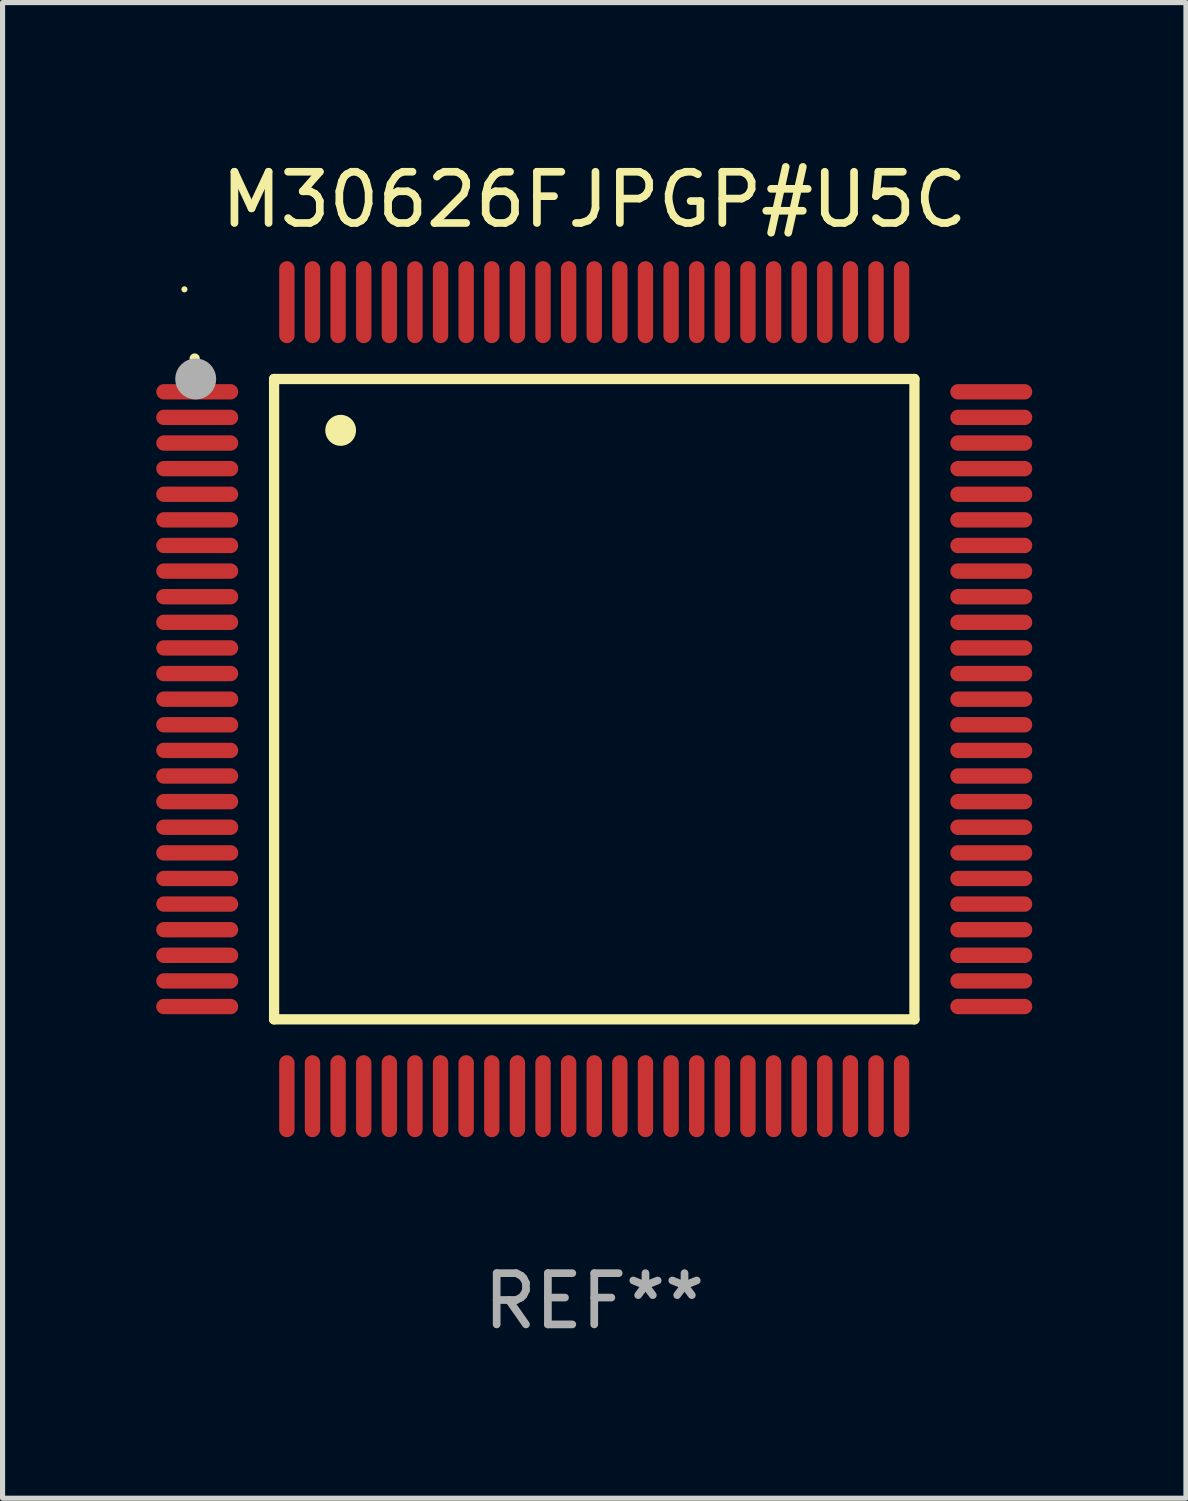
<source format=kicad_pcb>
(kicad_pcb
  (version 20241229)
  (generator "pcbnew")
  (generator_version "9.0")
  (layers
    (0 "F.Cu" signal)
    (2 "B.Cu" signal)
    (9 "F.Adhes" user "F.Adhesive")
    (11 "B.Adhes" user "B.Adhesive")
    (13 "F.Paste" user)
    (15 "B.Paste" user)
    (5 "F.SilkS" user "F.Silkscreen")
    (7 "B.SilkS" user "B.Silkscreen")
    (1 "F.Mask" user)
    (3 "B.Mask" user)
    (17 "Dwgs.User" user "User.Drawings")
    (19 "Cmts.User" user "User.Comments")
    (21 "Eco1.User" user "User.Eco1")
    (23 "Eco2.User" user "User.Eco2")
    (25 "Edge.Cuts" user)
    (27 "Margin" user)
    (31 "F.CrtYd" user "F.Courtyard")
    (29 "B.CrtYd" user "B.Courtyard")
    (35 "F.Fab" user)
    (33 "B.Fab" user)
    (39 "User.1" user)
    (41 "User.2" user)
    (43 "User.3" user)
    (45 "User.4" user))
  (footprint "M30626FJPGP#U5C"
    (layer "F.Cu")
    (at 8.55 10.598)
    (property "Reference" "M30626FJPGP#U5C" (at 0 -9.75 0) (layer "F.SilkS") (effects (font (size 1 1) (thickness 0.15))))
    (attr through_hole)
    (fp_line (start -6.25 -6.25) (end -6.25 6.25) (stroke (width 0.2) (type solid)) (layer "F.SilkS"))
    (fp_line (start -6.25 6.25) (end 6.25 6.25) (stroke (width 0.2) (type solid)) (layer "F.SilkS"))
    (fp_line (start 6.25 -6.25) (end -6.25 -6.25) (stroke (width 0.2) (type solid)) (layer "F.SilkS"))
    (fp_line (start 6.25 6.25) (end 6.25 -6.25) (stroke (width 0.2) (type solid)) (layer "F.SilkS"))
    (fp_arc (start -7.799568 -6.647625) (mid -7.799571 -6.648463) (end -7.799568 -6.649301) (stroke (width 0.2) (type solid)) (layer "F.SilkS"))
    (fp_arc (start -4.95047 -5.245111) (mid -4.950481 -5.247651) (end -4.95047 -5.250191) (stroke (width 0.6) (type solid)) (layer "F.SilkS"))
    (fp_circle (center -8 -8) (end -7.97 -8) (stroke (width 0.06) (type solid)) (fill no) (layer "F.SilkS"))
    (fp_circle (center -7.78 -6.25) (end -7.58 -6.25) (stroke (width 0.4) (type solid)) (fill no) (layer "F.Fab"))
    (fp_text user "REF**" (at 0 11.75 0) (layer "F.Fab") (effects (font (size 1 1) (thickness 0.15))))
    (pad "1" smd oval (at -7.75 -6 90) (size 0.3 1.6) (layers "F.Cu" "F.Mask" "F.Paste"))
    (pad "2" smd oval (at -7.75 -5.5 90) (size 0.3 1.6) (layers "F.Cu" "F.Mask" "F.Paste"))
    (pad "3" smd oval (at -7.75 -5 90) (size 0.3 1.6) (layers "F.Cu" "F.Mask" "F.Paste"))
    (pad "4" smd oval (at -7.75 -4.5 90) (size 0.3 1.6) (layers "F.Cu" "F.Mask" "F.Paste"))
    (pad "5" smd oval (at -7.75 -4 90) (size 0.3 1.6) (layers "F.Cu" "F.Mask" "F.Paste"))
    (pad "6" smd oval (at -7.75 -3.5 90) (size 0.3 1.6) (layers "F.Cu" "F.Mask" "F.Paste"))
    (pad "7" smd oval (at -7.75 -3 90) (size 0.3 1.6) (layers "F.Cu" "F.Mask" "F.Paste"))
    (pad "8" smd oval (at -7.75 -2.5 90) (size 0.3 1.6) (layers "F.Cu" "F.Mask" "F.Paste"))
    (pad "9" smd oval (at -7.75 -2 90) (size 0.3 1.6) (layers "F.Cu" "F.Mask" "F.Paste"))
    (pad "10" smd oval (at -7.75 -1.5 90) (size 0.3 1.6) (layers "F.Cu" "F.Mask" "F.Paste"))
    (pad "11" smd oval (at -7.75 -1 90) (size 0.3 1.6) (layers "F.Cu" "F.Mask" "F.Paste"))
    (pad "12" smd oval (at -7.75 -0.5 90) (size 0.3 1.6) (layers "F.Cu" "F.Mask" "F.Paste"))
    (pad "13" smd oval (at -7.75 0 90) (size 0.3 1.6) (layers "F.Cu" "F.Mask" "F.Paste"))
    (pad "14" smd oval (at -7.75 0.5 90) (size 0.3 1.6) (layers "F.Cu" "F.Mask" "F.Paste"))
    (pad "15" smd oval (at -7.75 1 90) (size 0.3 1.6) (layers "F.Cu" "F.Mask" "F.Paste"))
    (pad "16" smd oval (at -7.75 1.5 90) (size 0.3 1.6) (layers "F.Cu" "F.Mask" "F.Paste"))
    (pad "17" smd oval (at -7.75 2 90) (size 0.3 1.6) (layers "F.Cu" "F.Mask" "F.Paste"))
    (pad "18" smd oval (at -7.75 2.5 90) (size 0.3 1.6) (layers "F.Cu" "F.Mask" "F.Paste"))
    (pad "19" smd oval (at -7.75 3 90) (size 0.3 1.6) (layers "F.Cu" "F.Mask" "F.Paste"))
    (pad "20" smd oval (at -7.75 3.5 90) (size 0.3 1.6) (layers "F.Cu" "F.Mask" "F.Paste"))
    (pad "21" smd oval (at -7.75 4 90) (size 0.3 1.6) (layers "F.Cu" "F.Mask" "F.Paste"))
    (pad "22" smd oval (at -7.75 4.5 90) (size 0.3 1.6) (layers "F.Cu" "F.Mask" "F.Paste"))
    (pad "23" smd oval (at -7.75 5 90) (size 0.3 1.6) (layers "F.Cu" "F.Mask" "F.Paste"))
    (pad "24" smd oval (at -7.75 5.5 90) (size 0.3 1.6) (layers "F.Cu" "F.Mask" "F.Paste"))
    (pad "25" smd oval (at -7.75 6 90) (size 0.3 1.6) (layers "F.Cu" "F.Mask" "F.Paste"))
    (pad "26" smd oval (at -6 7.75) (size 0.3 1.6) (layers "F.Cu" "F.Mask" "F.Paste"))
    (pad "27" smd oval (at -5.5 7.75) (size 0.3 1.6) (layers "F.Cu" "F.Mask" "F.Paste"))
    (pad "28" smd oval (at -5 7.75) (size 0.3 1.6) (layers "F.Cu" "F.Mask" "F.Paste"))
    (pad "29" smd oval (at -4.5 7.75) (size 0.3 1.6) (layers "F.Cu" "F.Mask" "F.Paste"))
    (pad "30" smd oval (at -4 7.75) (size 0.3 1.6) (layers "F.Cu" "F.Mask" "F.Paste"))
    (pad "31" smd oval (at -3.5 7.75) (size 0.3 1.6) (layers "F.Cu" "F.Mask" "F.Paste"))
    (pad "32" smd oval (at -3 7.75) (size 0.3 1.6) (layers "F.Cu" "F.Mask" "F.Paste"))
    (pad "33" smd oval (at -2.5 7.75) (size 0.3 1.6) (layers "F.Cu" "F.Mask" "F.Paste"))
    (pad "34" smd oval (at -2 7.75) (size 0.3 1.6) (layers "F.Cu" "F.Mask" "F.Paste"))
    (pad "35" smd oval (at -1.5 7.75) (size 0.3 1.6) (layers "F.Cu" "F.Mask" "F.Paste"))
    (pad "36" smd oval (at -1 7.75) (size 0.3 1.6) (layers "F.Cu" "F.Mask" "F.Paste"))
    (pad "37" smd oval (at -0.5 7.75) (size 0.3 1.6) (layers "F.Cu" "F.Mask" "F.Paste"))
    (pad "38" smd oval (at 0 7.75) (size 0.3 1.6) (layers "F.Cu" "F.Mask" "F.Paste"))
    (pad "39" smd oval (at 0.5 7.75) (size 0.3 1.6) (layers "F.Cu" "F.Mask" "F.Paste"))
    (pad "40" smd oval (at 1 7.75) (size 0.3 1.6) (layers "F.Cu" "F.Mask" "F.Paste"))
    (pad "41" smd oval (at 1.5 7.75) (size 0.3 1.6) (layers "F.Cu" "F.Mask" "F.Paste"))
    (pad "42" smd oval (at 2 7.75) (size 0.3 1.6) (layers "F.Cu" "F.Mask" "F.Paste"))
    (pad "43" smd oval (at 2.5 7.75) (size 0.3 1.6) (layers "F.Cu" "F.Mask" "F.Paste"))
    (pad "44" smd oval (at 3 7.75) (size 0.3 1.6) (layers "F.Cu" "F.Mask" "F.Paste"))
    (pad "45" smd oval (at 3.5 7.75) (size 0.3 1.6) (layers "F.Cu" "F.Mask" "F.Paste"))
    (pad "46" smd oval (at 4 7.75) (size 0.3 1.6) (layers "F.Cu" "F.Mask" "F.Paste"))
    (pad "47" smd oval (at 4.5 7.75) (size 0.3 1.6) (layers "F.Cu" "F.Mask" "F.Paste"))
    (pad "48" smd oval (at 5 7.75) (size 0.3 1.6) (layers "F.Cu" "F.Mask" "F.Paste"))
    (pad "49" smd oval (at 5.5 7.75) (size 0.3 1.6) (layers "F.Cu" "F.Mask" "F.Paste"))
    (pad "50" smd oval (at 6 7.75) (size 0.3 1.6) (layers "F.Cu" "F.Mask" "F.Paste"))
    (pad "51" smd oval (at 7.75 6 90) (size 0.3 1.6) (layers "F.Cu" "F.Mask" "F.Paste"))
    (pad "52" smd oval (at 7.75 5.5 90) (size 0.3 1.6) (layers "F.Cu" "F.Mask" "F.Paste"))
    (pad "53" smd oval (at 7.75 5 90) (size 0.3 1.6) (layers "F.Cu" "F.Mask" "F.Paste"))
    (pad "54" smd oval (at 7.75 4.5 90) (size 0.3 1.6) (layers "F.Cu" "F.Mask" "F.Paste"))
    (pad "55" smd oval (at 7.75 4 90) (size 0.3 1.6) (layers "F.Cu" "F.Mask" "F.Paste"))
    (pad "56" smd oval (at 7.75 3.5 90) (size 0.3 1.6) (layers "F.Cu" "F.Mask" "F.Paste"))
    (pad "57" smd oval (at 7.75 3 90) (size 0.3 1.6) (layers "F.Cu" "F.Mask" "F.Paste"))
    (pad "58" smd oval (at 7.75 2.5 90) (size 0.3 1.6) (layers "F.Cu" "F.Mask" "F.Paste"))
    (pad "59" smd oval (at 7.75 2 90) (size 0.3 1.6) (layers "F.Cu" "F.Mask" "F.Paste"))
    (pad "60" smd oval (at 7.75 1.5 90) (size 0.3 1.6) (layers "F.Cu" "F.Mask" "F.Paste"))
    (pad "61" smd oval (at 7.75 1 90) (size 0.3 1.6) (layers "F.Cu" "F.Mask" "F.Paste"))
    (pad "62" smd oval (at 7.75 0.5 90) (size 0.3 1.6) (layers "F.Cu" "F.Mask" "F.Paste"))
    (pad "63" smd oval (at 7.75 0 90) (size 0.3 1.6) (layers "F.Cu" "F.Mask" "F.Paste"))
    (pad "64" smd oval (at 7.75 -0.5 90) (size 0.3 1.6) (layers "F.Cu" "F.Mask" "F.Paste"))
    (pad "65" smd oval (at 7.75 -1 90) (size 0.3 1.6) (layers "F.Cu" "F.Mask" "F.Paste"))
    (pad "66" smd oval (at 7.75 -1.5 90) (size 0.3 1.6) (layers "F.Cu" "F.Mask" "F.Paste"))
    (pad "67" smd oval (at 7.75 -2 90) (size 0.3 1.6) (layers "F.Cu" "F.Mask" "F.Paste"))
    (pad "68" smd oval (at 7.75 -2.5 90) (size 0.3 1.6) (layers "F.Cu" "F.Mask" "F.Paste"))
    (pad "69" smd oval (at 7.75 -3 90) (size 0.3 1.6) (layers "F.Cu" "F.Mask" "F.Paste"))
    (pad "70" smd oval (at 7.75 -3.5 90) (size 0.3 1.6) (layers "F.Cu" "F.Mask" "F.Paste"))
    (pad "71" smd oval (at 7.75 -4 90) (size 0.3 1.6) (layers "F.Cu" "F.Mask" "F.Paste"))
    (pad "72" smd oval (at 7.75 -4.5 90) (size 0.3 1.6) (layers "F.Cu" "F.Mask" "F.Paste"))
    (pad "73" smd oval (at 7.75 -5 90) (size 0.3 1.6) (layers "F.Cu" "F.Mask" "F.Paste"))
    (pad "74" smd oval (at 7.75 -5.5 90) (size 0.3 1.6) (layers "F.Cu" "F.Mask" "F.Paste"))
    (pad "75" smd oval (at 7.75 -6 90) (size 0.3 1.6) (layers "F.Cu" "F.Mask" "F.Paste"))
    (pad "76" smd oval (at 6 -7.75) (size 0.3 1.6) (layers "F.Cu" "F.Mask" "F.Paste"))
    (pad "77" smd oval (at 5.5 -7.75) (size 0.3 1.6) (layers "F.Cu" "F.Mask" "F.Paste"))
    (pad "78" smd oval (at 5 -7.75) (size 0.3 1.6) (layers "F.Cu" "F.Mask" "F.Paste"))
    (pad "79" smd oval (at 4.5 -7.75) (size 0.3 1.6) (layers "F.Cu" "F.Mask" "F.Paste"))
    (pad "80" smd oval (at 4 -7.75) (size 0.3 1.6) (layers "F.Cu" "F.Mask" "F.Paste"))
    (pad "81" smd oval (at 3.5 -7.75) (size 0.3 1.6) (layers "F.Cu" "F.Mask" "F.Paste"))
    (pad "82" smd oval (at 3 -7.75) (size 0.3 1.6) (layers "F.Cu" "F.Mask" "F.Paste"))
    (pad "83" smd oval (at 2.5 -7.75) (size 0.3 1.6) (layers "F.Cu" "F.Mask" "F.Paste"))
    (pad "84" smd oval (at 2 -7.75) (size 0.3 1.6) (layers "F.Cu" "F.Mask" "F.Paste"))
    (pad "85" smd oval (at 1.5 -7.75) (size 0.3 1.6) (layers "F.Cu" "F.Mask" "F.Paste"))
    (pad "86" smd oval (at 1 -7.75) (size 0.3 1.6) (layers "F.Cu" "F.Mask" "F.Paste"))
    (pad "87" smd oval (at 0.5 -7.75) (size 0.3 1.6) (layers "F.Cu" "F.Mask" "F.Paste"))
    (pad "88" smd oval (at 0 -7.75) (size 0.3 1.6) (layers "F.Cu" "F.Mask" "F.Paste"))
    (pad "89" smd oval (at -0.5 -7.75) (size 0.3 1.6) (layers "F.Cu" "F.Mask" "F.Paste"))
    (pad "90" smd oval (at -1 -7.75) (size 0.3 1.6) (layers "F.Cu" "F.Mask" "F.Paste"))
    (pad "91" smd oval (at -1.5 -7.75) (size 0.3 1.6) (layers "F.Cu" "F.Mask" "F.Paste"))
    (pad "92" smd oval (at -2 -7.75) (size 0.3 1.6) (layers "F.Cu" "F.Mask" "F.Paste"))
    (pad "93" smd oval (at -2.5 -7.75) (size 0.3 1.6) (layers "F.Cu" "F.Mask" "F.Paste"))
    (pad "94" smd oval (at -3 -7.75) (size 0.3 1.6) (layers "F.Cu" "F.Mask" "F.Paste"))
    (pad "95" smd oval (at -3.5 -7.75) (size 0.3 1.6) (layers "F.Cu" "F.Mask" "F.Paste"))
    (pad "96" smd oval (at -4 -7.75) (size 0.3 1.6) (layers "F.Cu" "F.Mask" "F.Paste"))
    (pad "97" smd oval (at -4.5 -7.75) (size 0.3 1.6) (layers "F.Cu" "F.Mask" "F.Paste"))
    (pad "98" smd oval (at -5 -7.75) (size 0.3 1.6) (layers "F.Cu" "F.Mask" "F.Paste"))
    (pad "99" smd oval (at -5.5 -7.75) (size 0.3 1.6) (layers "F.Cu" "F.Mask" "F.Paste"))
    (pad "100" smd oval (at -6 -7.75) (size 0.3 1.6) (layers "F.Cu" "F.Mask" "F.Paste")))
  (gr_rect
    (start -3 -3)
    (end 20.1 26.196)
    (stroke (width 0.1) (type default))
    (fill no)
    (layer "Edge.Cuts")))
</source>
